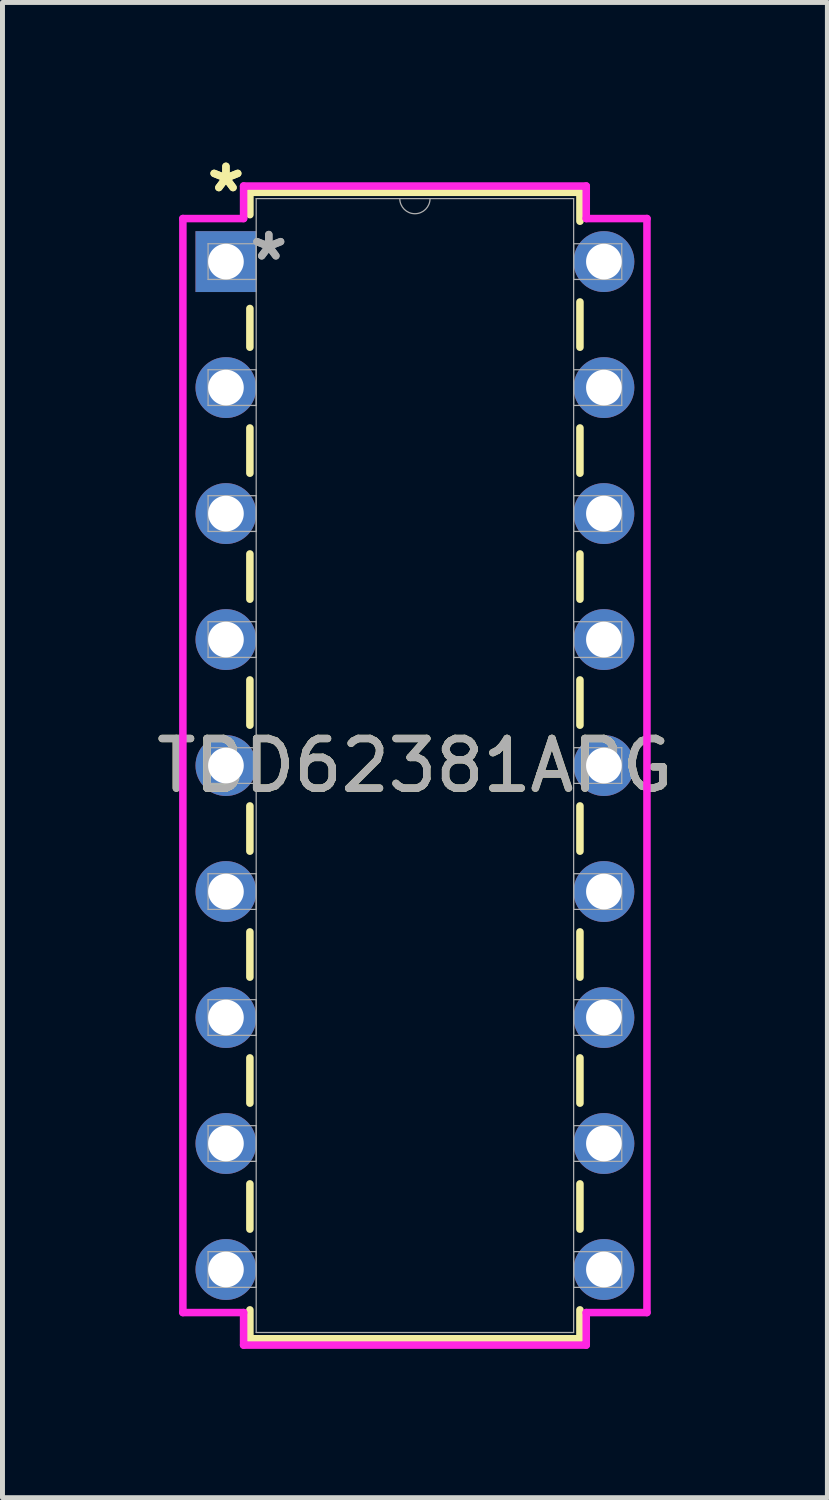
<source format=kicad_pcb>
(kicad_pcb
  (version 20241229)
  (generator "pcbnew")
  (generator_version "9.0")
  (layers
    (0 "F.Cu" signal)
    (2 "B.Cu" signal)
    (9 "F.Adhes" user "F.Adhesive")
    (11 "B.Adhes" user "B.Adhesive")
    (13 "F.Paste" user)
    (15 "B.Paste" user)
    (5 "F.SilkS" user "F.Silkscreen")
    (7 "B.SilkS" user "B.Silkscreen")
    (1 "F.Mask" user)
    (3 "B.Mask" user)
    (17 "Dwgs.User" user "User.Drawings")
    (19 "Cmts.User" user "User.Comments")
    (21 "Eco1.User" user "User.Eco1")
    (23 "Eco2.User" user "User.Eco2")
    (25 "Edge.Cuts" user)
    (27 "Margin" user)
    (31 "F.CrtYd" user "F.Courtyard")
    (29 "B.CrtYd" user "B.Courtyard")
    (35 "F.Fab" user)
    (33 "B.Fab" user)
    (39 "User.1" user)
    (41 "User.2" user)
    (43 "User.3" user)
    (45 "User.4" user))
  (footprint "TBD62381APG"
    (layer "F.Cu")
    (at 1.505 2.224)
    (property "Reference" "TBD62381APG" (at 3.81 10.16 0) (unlocked yes) (layer "F.SilkS") (effects (font (size 1 1) (thickness 0.15))))
    (attr through_hole)
    (fp_line (start 0.483 -1.397) (end 0.483 -0.946) (stroke (width 0.152) (type solid)) (layer "F.SilkS"))
    (fp_line (start 0.483 0.946) (end 0.483 1.726) (stroke (width 0.152) (type solid)) (layer "F.SilkS"))
    (fp_line (start 0.483 3.354) (end 0.483 4.266) (stroke (width 0.152) (type solid)) (layer "F.SilkS"))
    (fp_line (start 0.483 5.894) (end 0.483 6.806) (stroke (width 0.152) (type solid)) (layer "F.SilkS"))
    (fp_line (start 0.483 8.434) (end 0.483 9.346) (stroke (width 0.152) (type solid)) (layer "F.SilkS"))
    (fp_line (start 0.483 10.974) (end 0.483 11.886) (stroke (width 0.152) (type solid)) (layer "F.SilkS"))
    (fp_line (start 0.483 13.514) (end 0.483 14.426) (stroke (width 0.152) (type solid)) (layer "F.SilkS"))
    (fp_line (start 0.483 16.054) (end 0.483 16.966) (stroke (width 0.152) (type solid)) (layer "F.SilkS"))
    (fp_line (start 0.483 18.594) (end 0.483 19.506) (stroke (width 0.152) (type solid)) (layer "F.SilkS"))
    (fp_line (start 0.483 21.134) (end 0.483 21.717) (stroke (width 0.152) (type solid)) (layer "F.SilkS"))
    (fp_line (start 0.483 21.717) (end 7.137 21.717) (stroke (width 0.152) (type solid)) (layer "F.SilkS"))
    (fp_line (start 7.137 -1.397) (end 0.483 -1.397) (stroke (width 0.152) (type solid)) (layer "F.SilkS"))
    (fp_line (start 7.137 -0.814) (end 7.137 -1.397) (stroke (width 0.152) (type solid)) (layer "F.SilkS"))
    (fp_line (start 7.137 1.726) (end 7.137 0.814) (stroke (width 0.152) (type solid)) (layer "F.SilkS"))
    (fp_line (start 7.137 4.266) (end 7.137 3.354) (stroke (width 0.152) (type solid)) (layer "F.SilkS"))
    (fp_line (start 7.137 6.806) (end 7.137 5.894) (stroke (width 0.152) (type solid)) (layer "F.SilkS"))
    (fp_line (start 7.137 9.346) (end 7.137 8.434) (stroke (width 0.152) (type solid)) (layer "F.SilkS"))
    (fp_line (start 7.137 11.886) (end 7.137 10.974) (stroke (width 0.152) (type solid)) (layer "F.SilkS"))
    (fp_line (start 7.137 14.426) (end 7.137 13.514) (stroke (width 0.152) (type solid)) (layer "F.SilkS"))
    (fp_line (start 7.137 16.966) (end 7.137 16.054) (stroke (width 0.152) (type solid)) (layer "F.SilkS"))
    (fp_line (start 7.137 19.506) (end 7.137 18.594) (stroke (width 0.152) (type solid)) (layer "F.SilkS"))
    (fp_line (start 7.137 21.717) (end 7.137 21.134) (stroke (width 0.152) (type solid)) (layer "F.SilkS"))
    (fp_line (start -0.868 -0.868) (end 0.356 -0.868) (stroke (width 0.152) (type solid)) (layer "F.CrtYd"))
    (fp_line (start -0.868 21.188) (end -0.868 -0.868) (stroke (width 0.152) (type solid)) (layer "F.CrtYd"))
    (fp_line (start 0.356 -1.524) (end 7.264 -1.524) (stroke (width 0.152) (type solid)) (layer "F.CrtYd"))
    (fp_line (start 0.356 -0.868) (end 0.356 -1.524) (stroke (width 0.152) (type solid)) (layer "F.CrtYd"))
    (fp_line (start 0.356 21.188) (end -0.868 21.188) (stroke (width 0.152) (type solid)) (layer "F.CrtYd"))
    (fp_line (start 0.356 21.844) (end 0.356 21.188) (stroke (width 0.152) (type solid)) (layer "F.CrtYd"))
    (fp_line (start 7.264 -1.524) (end 7.264 -0.868) (stroke (width 0.152) (type solid)) (layer "F.CrtYd"))
    (fp_line (start 7.264 21.188) (end 7.264 21.844) (stroke (width 0.152) (type solid)) (layer "F.CrtYd"))
    (fp_line (start 7.264 21.844) (end 0.356 21.844) (stroke (width 0.152) (type solid)) (layer "F.CrtYd"))
    (fp_line (start 8.488 -0.868) (end 7.264 -0.868) (stroke (width 0.152) (type solid)) (layer "F.CrtYd"))
    (fp_line (start 8.488 -0.868) (end 8.488 21.188) (stroke (width 0.152) (type solid)) (layer "F.CrtYd"))
    (fp_line (start 8.488 21.188) (end 7.264 21.188) (stroke (width 0.152) (type solid)) (layer "F.CrtYd"))
    (fp_line (start -0.36 -0.36) (end -0.36 0.36) (stroke (width 0.025) (type solid)) (layer "F.Fab"))
    (fp_line (start -0.36 0.36) (end 0.61 0.36) (stroke (width 0.025) (type solid)) (layer "F.Fab"))
    (fp_line (start -0.36 2.18) (end -0.36 2.9) (stroke (width 0.025) (type solid)) (layer "F.Fab"))
    (fp_line (start -0.36 2.9) (end 0.61 2.9) (stroke (width 0.025) (type solid)) (layer "F.Fab"))
    (fp_line (start -0.36 4.72) (end -0.36 5.44) (stroke (width 0.025) (type solid)) (layer "F.Fab"))
    (fp_line (start -0.36 5.44) (end 0.61 5.44) (stroke (width 0.025) (type solid)) (layer "F.Fab"))
    (fp_line (start -0.36 7.26) (end -0.36 7.98) (stroke (width 0.025) (type solid)) (layer "F.Fab"))
    (fp_line (start -0.36 7.98) (end 0.61 7.98) (stroke (width 0.025) (type solid)) (layer "F.Fab"))
    (fp_line (start -0.36 9.8) (end -0.36 10.52) (stroke (width 0.025) (type solid)) (layer "F.Fab"))
    (fp_line (start -0.36 10.52) (end 0.61 10.52) (stroke (width 0.025) (type solid)) (layer "F.Fab"))
    (fp_line (start -0.36 12.34) (end -0.36 13.06) (stroke (width 0.025) (type solid)) (layer "F.Fab"))
    (fp_line (start -0.36 13.06) (end 0.61 13.06) (stroke (width 0.025) (type solid)) (layer "F.Fab"))
    (fp_line (start -0.36 14.88) (end -0.36 15.6) (stroke (width 0.025) (type solid)) (layer "F.Fab"))
    (fp_line (start -0.36 15.6) (end 0.61 15.6) (stroke (width 0.025) (type solid)) (layer "F.Fab"))
    (fp_line (start -0.36 17.42) (end -0.36 18.14) (stroke (width 0.025) (type solid)) (layer "F.Fab"))
    (fp_line (start -0.36 18.14) (end 0.61 18.14) (stroke (width 0.025) (type solid)) (layer "F.Fab"))
    (fp_line (start -0.36 19.96) (end -0.36 20.68) (stroke (width 0.025) (type solid)) (layer "F.Fab"))
    (fp_line (start -0.36 20.68) (end 0.61 20.68) (stroke (width 0.025) (type solid)) (layer "F.Fab"))
    (fp_line (start 0.61 -1.27) (end 0.61 21.59) (stroke (width 0.025) (type solid)) (layer "F.Fab"))
    (fp_line (start 0.61 -0.36) (end -0.36 -0.36) (stroke (width 0.025) (type solid)) (layer "F.Fab"))
    (fp_line (start 0.61 0.36) (end 0.61 -0.36) (stroke (width 0.025) (type solid)) (layer "F.Fab"))
    (fp_line (start 0.61 2.18) (end -0.36 2.18) (stroke (width 0.025) (type solid)) (layer "F.Fab"))
    (fp_line (start 0.61 2.9) (end 0.61 2.18) (stroke (width 0.025) (type solid)) (layer "F.Fab"))
    (fp_line (start 0.61 4.72) (end -0.36 4.72) (stroke (width 0.025) (type solid)) (layer "F.Fab"))
    (fp_line (start 0.61 5.44) (end 0.61 4.72) (stroke (width 0.025) (type solid)) (layer "F.Fab"))
    (fp_line (start 0.61 7.26) (end -0.36 7.26) (stroke (width 0.025) (type solid)) (layer "F.Fab"))
    (fp_line (start 0.61 7.98) (end 0.61 7.26) (stroke (width 0.025) (type solid)) (layer "F.Fab"))
    (fp_line (start 0.61 9.8) (end -0.36 9.8) (stroke (width 0.025) (type solid)) (layer "F.Fab"))
    (fp_line (start 0.61 10.52) (end 0.61 9.8) (stroke (width 0.025) (type solid)) (layer "F.Fab"))
    (fp_line (start 0.61 12.34) (end -0.36 12.34) (stroke (width 0.025) (type solid)) (layer "F.Fab"))
    (fp_line (start 0.61 13.06) (end 0.61 12.34) (stroke (width 0.025) (type solid)) (layer "F.Fab"))
    (fp_line (start 0.61 14.88) (end -0.36 14.88) (stroke (width 0.025) (type solid)) (layer "F.Fab"))
    (fp_line (start 0.61 15.6) (end 0.61 14.88) (stroke (width 0.025) (type solid)) (layer "F.Fab"))
    (fp_line (start 0.61 17.42) (end -0.36 17.42) (stroke (width 0.025) (type solid)) (layer "F.Fab"))
    (fp_line (start 0.61 18.14) (end 0.61 17.42) (stroke (width 0.025) (type solid)) (layer "F.Fab"))
    (fp_line (start 0.61 19.96) (end -0.36 19.96) (stroke (width 0.025) (type solid)) (layer "F.Fab"))
    (fp_line (start 0.61 20.68) (end 0.61 19.96) (stroke (width 0.025) (type solid)) (layer "F.Fab"))
    (fp_line (start 0.61 21.59) (end 7.01 21.59) (stroke (width 0.025) (type solid)) (layer "F.Fab"))
    (fp_line (start 7.01 -1.27) (end 0.61 -1.27) (stroke (width 0.025) (type solid)) (layer "F.Fab"))
    (fp_line (start 7.01 -0.36) (end 7.01 0.36) (stroke (width 0.025) (type solid)) (layer "F.Fab"))
    (fp_line (start 7.01 0.36) (end 7.98 0.36) (stroke (width 0.025) (type solid)) (layer "F.Fab"))
    (fp_line (start 7.01 2.18) (end 7.01 2.9) (stroke (width 0.025) (type solid)) (layer "F.Fab"))
    (fp_line (start 7.01 2.9) (end 7.98 2.9) (stroke (width 0.025) (type solid)) (layer "F.Fab"))
    (fp_line (start 7.01 4.72) (end 7.01 5.44) (stroke (width 0.025) (type solid)) (layer "F.Fab"))
    (fp_line (start 7.01 5.44) (end 7.98 5.44) (stroke (width 0.025) (type solid)) (layer "F.Fab"))
    (fp_line (start 7.01 7.26) (end 7.01 7.98) (stroke (width 0.025) (type solid)) (layer "F.Fab"))
    (fp_line (start 7.01 7.98) (end 7.98 7.98) (stroke (width 0.025) (type solid)) (layer "F.Fab"))
    (fp_line (start 7.01 9.8) (end 7.01 10.52) (stroke (width 0.025) (type solid)) (layer "F.Fab"))
    (fp_line (start 7.01 10.52) (end 7.98 10.52) (stroke (width 0.025) (type solid)) (layer "F.Fab"))
    (fp_line (start 7.01 12.34) (end 7.01 13.06) (stroke (width 0.025) (type solid)) (layer "F.Fab"))
    (fp_line (start 7.01 13.06) (end 7.98 13.06) (stroke (width 0.025) (type solid)) (layer "F.Fab"))
    (fp_line (start 7.01 14.88) (end 7.01 15.6) (stroke (width 0.025) (type solid)) (layer "F.Fab"))
    (fp_line (start 7.01 15.6) (end 7.98 15.6) (stroke (width 0.025) (type solid)) (layer "F.Fab"))
    (fp_line (start 7.01 17.42) (end 7.01 18.14) (stroke (width 0.025) (type solid)) (layer "F.Fab"))
    (fp_line (start 7.01 18.14) (end 7.98 18.14) (stroke (width 0.025) (type solid)) (layer "F.Fab"))
    (fp_line (start 7.01 19.96) (end 7.01 20.68) (stroke (width 0.025) (type solid)) (layer "F.Fab"))
    (fp_line (start 7.01 20.68) (end 7.98 20.68) (stroke (width 0.025) (type solid)) (layer "F.Fab"))
    (fp_line (start 7.01 21.59) (end 7.01 -1.27) (stroke (width 0.025) (type solid)) (layer "F.Fab"))
    (fp_line (start 7.98 -0.36) (end 7.01 -0.36) (stroke (width 0.025) (type solid)) (layer "F.Fab"))
    (fp_line (start 7.98 0.36) (end 7.98 -0.36) (stroke (width 0.025) (type solid)) (layer "F.Fab"))
    (fp_line (start 7.98 2.18) (end 7.01 2.18) (stroke (width 0.025) (type solid)) (layer "F.Fab"))
    (fp_line (start 7.98 2.9) (end 7.98 2.18) (stroke (width 0.025) (type solid)) (layer "F.Fab"))
    (fp_line (start 7.98 4.72) (end 7.01 4.72) (stroke (width 0.025) (type solid)) (layer "F.Fab"))
    (fp_line (start 7.98 5.44) (end 7.98 4.72) (stroke (width 0.025) (type solid)) (layer "F.Fab"))
    (fp_line (start 7.98 7.26) (end 7.01 7.26) (stroke (width 0.025) (type solid)) (layer "F.Fab"))
    (fp_line (start 7.98 7.98) (end 7.98 7.26) (stroke (width 0.025) (type solid)) (layer "F.Fab"))
    (fp_line (start 7.98 9.8) (end 7.01 9.8) (stroke (width 0.025) (type solid)) (layer "F.Fab"))
    (fp_line (start 7.98 10.52) (end 7.98 9.8) (stroke (width 0.025) (type solid)) (layer "F.Fab"))
    (fp_line (start 7.98 12.34) (end 7.01 12.34) (stroke (width 0.025) (type solid)) (layer "F.Fab"))
    (fp_line (start 7.98 13.06) (end 7.98 12.34) (stroke (width 0.025) (type solid)) (layer "F.Fab"))
    (fp_line (start 7.98 14.88) (end 7.01 14.88) (stroke (width 0.025) (type solid)) (layer "F.Fab"))
    (fp_line (start 7.98 15.6) (end 7.98 14.88) (stroke (width 0.025) (type solid)) (layer "F.Fab"))
    (fp_line (start 7.98 17.42) (end 7.01 17.42) (stroke (width 0.025) (type solid)) (layer "F.Fab"))
    (fp_line (start 7.98 18.14) (end 7.98 17.42) (stroke (width 0.025) (type solid)) (layer "F.Fab"))
    (fp_line (start 7.98 19.96) (end 7.01 19.96) (stroke (width 0.025) (type solid)) (layer "F.Fab"))
    (fp_line (start 7.98 20.68) (end 7.98 19.96) (stroke (width 0.025) (type solid)) (layer "F.Fab"))
    (fp_arc (start 4.1148 -1.27) (mid 3.81 -0.9652) (end 3.5052 -1.27) (stroke (width 0.0254) (type solid)) (layer "F.Fab"))
    (fp_text user "*" (at 0 -1.376 0) (layer "F.SilkS") (effects (font (size 1 1) (thickness 0.15))))
    (fp_text user "*" (at 0 -1.376 0) (unlocked yes) (layer "F.SilkS") (effects (font (size 1 1) (thickness 0.15))))
    (fp_text user "*" (at 0.864 0 0) (unlocked yes) (layer "F.Fab") (effects (font (size 1 1) (thickness 0.15))))
    (fp_text user "*" (at 0.864 0 0) (layer "F.Fab") (effects (font (size 1 1) (thickness 0.15))))
    (fp_text user "${REFERENCE}" (at 3.81 10.16 0) (unlocked yes) (layer "F.Fab") (effects (font (size 1 1) (thickness 0.15))))
    (pad "1" thru_hole rect (at 0 0) (size 1.227 1.227) (drill 0.719) (layers "*.Cu" "*.Mask"))
    (pad "2" thru_hole circle (at 0 2.54) (size 1.227 1.227) (drill 0.719) (layers "*.Cu" "*.Mask"))
    (pad "3" thru_hole circle (at 0 5.08) (size 1.227 1.227) (drill 0.719) (layers "*.Cu" "*.Mask"))
    (pad "4" thru_hole circle (at 0 7.62) (size 1.227 1.227) (drill 0.719) (layers "*.Cu" "*.Mask"))
    (pad "5" thru_hole circle (at 0 10.16) (size 1.227 1.227) (drill 0.719) (layers "*.Cu" "*.Mask"))
    (pad "6" thru_hole circle (at 0 12.7) (size 1.227 1.227) (drill 0.719) (layers "*.Cu" "*.Mask"))
    (pad "7" thru_hole circle (at 0 15.24) (size 1.227 1.227) (drill 0.719) (layers "*.Cu" "*.Mask"))
    (pad "8" thru_hole circle (at 0 17.78) (size 1.227 1.227) (drill 0.719) (layers "*.Cu" "*.Mask"))
    (pad "9" thru_hole circle (at 0 20.32) (size 1.227 1.227) (drill 0.719) (layers "*.Cu" "*.Mask"))
    (pad "10" thru_hole circle (at 7.62 20.32) (size 1.227 1.227) (drill 0.719) (layers "*.Cu" "*.Mask"))
    (pad "11" thru_hole circle (at 7.62 17.78) (size 1.227 1.227) (drill 0.719) (layers "*.Cu" "*.Mask"))
    (pad "12" thru_hole circle (at 7.62 15.24) (size 1.227 1.227) (drill 0.719) (layers "*.Cu" "*.Mask"))
    (pad "13" thru_hole circle (at 7.62 12.7) (size 1.227 1.227) (drill 0.719) (layers "*.Cu" "*.Mask"))
    (pad "14" thru_hole circle (at 7.62 10.16) (size 1.227 1.227) (drill 0.719) (layers "*.Cu" "*.Mask"))
    (pad "15" thru_hole circle (at 7.62 7.62) (size 1.227 1.227) (drill 0.719) (layers "*.Cu" "*.Mask"))
    (pad "16" thru_hole circle (at 7.62 5.08) (size 1.227 1.227) (drill 0.719) (layers "*.Cu" "*.Mask"))
    (pad "17" thru_hole circle (at 7.62 2.54) (size 1.227 1.227) (drill 0.719) (layers "*.Cu" "*.Mask"))
    (pad "18" thru_hole circle (at 7.62 0) (size 1.227 1.227) (drill 0.719) (layers "*.Cu" "*.Mask")))
  (gr_rect
    (start -3 -3)
    (end 13.631 27.144)
    (stroke (width 0.1) (type default))
    (fill no)
    (layer "Edge.Cuts")))
</source>
